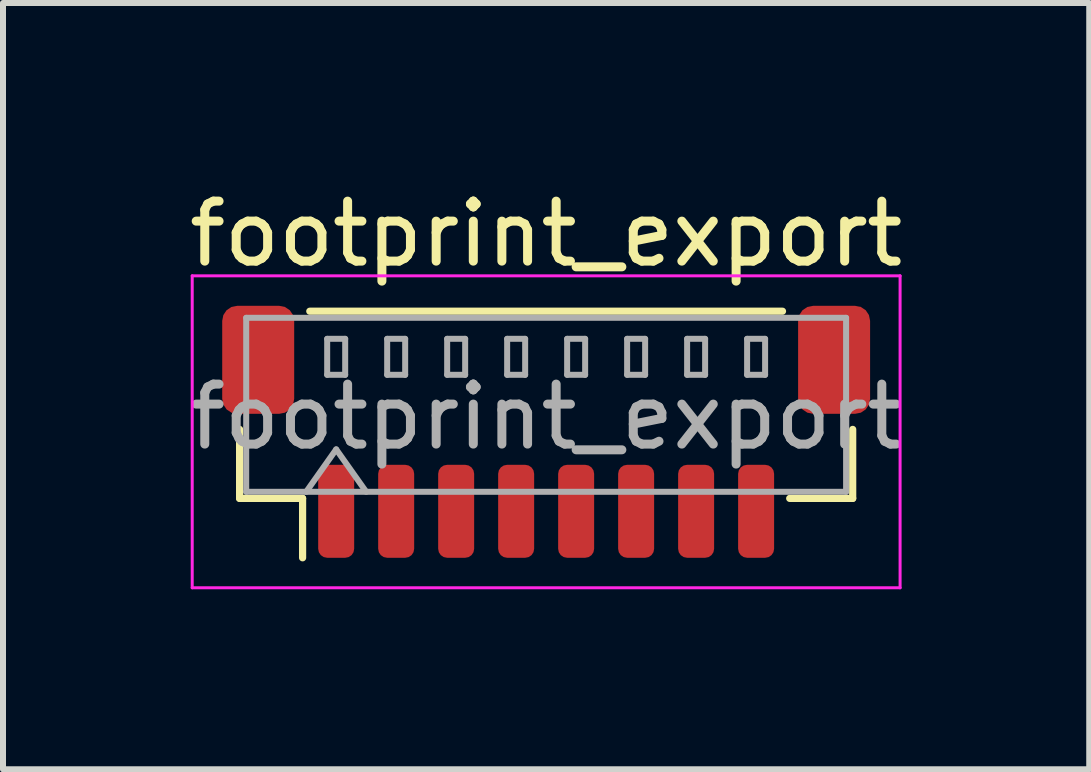
<source format=kicad_pcb>
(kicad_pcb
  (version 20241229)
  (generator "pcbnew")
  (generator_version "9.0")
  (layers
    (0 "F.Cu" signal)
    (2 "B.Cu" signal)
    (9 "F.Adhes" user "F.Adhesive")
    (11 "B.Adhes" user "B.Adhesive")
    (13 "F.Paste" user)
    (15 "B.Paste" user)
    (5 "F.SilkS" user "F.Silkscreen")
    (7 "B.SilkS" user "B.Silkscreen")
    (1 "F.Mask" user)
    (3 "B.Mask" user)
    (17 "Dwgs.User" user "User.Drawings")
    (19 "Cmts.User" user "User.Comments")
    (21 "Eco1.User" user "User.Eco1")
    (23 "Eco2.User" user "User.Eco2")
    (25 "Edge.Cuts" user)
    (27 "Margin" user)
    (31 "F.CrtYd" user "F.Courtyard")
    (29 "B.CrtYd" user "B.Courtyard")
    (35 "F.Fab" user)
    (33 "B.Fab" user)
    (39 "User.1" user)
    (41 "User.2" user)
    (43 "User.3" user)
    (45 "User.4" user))
  (footprint "footprint_export"
    (layer "F.Cu")
    (at 6.054 4.148)
    (property "Reference" "footprint_export" (at 0 -3.3 0) (layer "F.SilkS") (effects (font (size 1 1) (thickness 0.15))))
    (attr smd)
    (fp_line (start -5.11 -0.04) (end -5.11 1.11) (stroke (width 0.12) (type solid)) (layer "F.SilkS"))
    (fp_line (start -5.11 1.11) (end -4.06 1.11) (stroke (width 0.12) (type solid)) (layer "F.SilkS"))
    (fp_line (start -4.06 1.11) (end -4.06 2.1) (stroke (width 0.12) (type solid)) (layer "F.SilkS"))
    (fp_line (start -3.94 -2.01) (end 3.94 -2.01) (stroke (width 0.12) (type solid)) (layer "F.SilkS"))
    (fp_line (start 5.11 -0.04) (end 5.11 1.11) (stroke (width 0.12) (type solid)) (layer "F.SilkS"))
    (fp_line (start 5.11 1.11) (end 4.06 1.11) (stroke (width 0.12) (type solid)) (layer "F.SilkS"))
    (fp_line (start -5.9 -2.6) (end -5.9 2.6) (stroke (width 0.05) (type solid)) (layer "F.CrtYd"))
    (fp_line (start -5.9 2.6) (end 5.9 2.6) (stroke (width 0.05) (type solid)) (layer "F.CrtYd"))
    (fp_line (start 5.9 -2.6) (end -5.9 -2.6) (stroke (width 0.05) (type solid)) (layer "F.CrtYd"))
    (fp_line (start 5.9 2.6) (end 5.9 -2.6) (stroke (width 0.05) (type solid)) (layer "F.CrtYd"))
    (fp_line (start -5 -1.9) (end 5 -1.9) (stroke (width 0.1) (type solid)) (layer "F.Fab"))
    (fp_line (start -5 1) (end -5 -1.9) (stroke (width 0.1) (type solid)) (layer "F.Fab"))
    (fp_line (start -5 1) (end 5 1) (stroke (width 0.1) (type solid)) (layer "F.Fab"))
    (fp_line (start -4 1) (end -3.5 0.293) (stroke (width 0.1) (type solid)) (layer "F.Fab"))
    (fp_line (start -3.65 -1.55) (end -3.65 -0.95) (stroke (width 0.1) (type solid)) (layer "F.Fab"))
    (fp_line (start -3.65 -0.95) (end -3.35 -0.95) (stroke (width 0.1) (type solid)) (layer "F.Fab"))
    (fp_line (start -3.5 0.293) (end -3 1) (stroke (width 0.1) (type solid)) (layer "F.Fab"))
    (fp_line (start -3.35 -1.55) (end -3.65 -1.55) (stroke (width 0.1) (type solid)) (layer "F.Fab"))
    (fp_line (start -3.35 -0.95) (end -3.35 -1.55) (stroke (width 0.1) (type solid)) (layer "F.Fab"))
    (fp_line (start -2.65 -1.55) (end -2.65 -0.95) (stroke (width 0.1) (type solid)) (layer "F.Fab"))
    (fp_line (start -2.65 -0.95) (end -2.35 -0.95) (stroke (width 0.1) (type solid)) (layer "F.Fab"))
    (fp_line (start -2.35 -1.55) (end -2.65 -1.55) (stroke (width 0.1) (type solid)) (layer "F.Fab"))
    (fp_line (start -2.35 -0.95) (end -2.35 -1.55) (stroke (width 0.1) (type solid)) (layer "F.Fab"))
    (fp_line (start -1.65 -1.55) (end -1.65 -0.95) (stroke (width 0.1) (type solid)) (layer "F.Fab"))
    (fp_line (start -1.65 -0.95) (end -1.35 -0.95) (stroke (width 0.1) (type solid)) (layer "F.Fab"))
    (fp_line (start -1.35 -1.55) (end -1.65 -1.55) (stroke (width 0.1) (type solid)) (layer "F.Fab"))
    (fp_line (start -1.35 -0.95) (end -1.35 -1.55) (stroke (width 0.1) (type solid)) (layer "F.Fab"))
    (fp_line (start -0.65 -1.55) (end -0.65 -0.95) (stroke (width 0.1) (type solid)) (layer "F.Fab"))
    (fp_line (start -0.65 -0.95) (end -0.35 -0.95) (stroke (width 0.1) (type solid)) (layer "F.Fab"))
    (fp_line (start -0.35 -1.55) (end -0.65 -1.55) (stroke (width 0.1) (type solid)) (layer "F.Fab"))
    (fp_line (start -0.35 -0.95) (end -0.35 -1.55) (stroke (width 0.1) (type solid)) (layer "F.Fab"))
    (fp_line (start 0.35 -1.55) (end 0.35 -0.95) (stroke (width 0.1) (type solid)) (layer "F.Fab"))
    (fp_line (start 0.35 -0.95) (end 0.65 -0.95) (stroke (width 0.1) (type solid)) (layer "F.Fab"))
    (fp_line (start 0.65 -1.55) (end 0.35 -1.55) (stroke (width 0.1) (type solid)) (layer "F.Fab"))
    (fp_line (start 0.65 -0.95) (end 0.65 -1.55) (stroke (width 0.1) (type solid)) (layer "F.Fab"))
    (fp_line (start 1.35 -1.55) (end 1.35 -0.95) (stroke (width 0.1) (type solid)) (layer "F.Fab"))
    (fp_line (start 1.35 -0.95) (end 1.65 -0.95) (stroke (width 0.1) (type solid)) (layer "F.Fab"))
    (fp_line (start 1.65 -1.55) (end 1.35 -1.55) (stroke (width 0.1) (type solid)) (layer "F.Fab"))
    (fp_line (start 1.65 -0.95) (end 1.65 -1.55) (stroke (width 0.1) (type solid)) (layer "F.Fab"))
    (fp_line (start 2.35 -1.55) (end 2.35 -0.95) (stroke (width 0.1) (type solid)) (layer "F.Fab"))
    (fp_line (start 2.35 -0.95) (end 2.65 -0.95) (stroke (width 0.1) (type solid)) (layer "F.Fab"))
    (fp_line (start 2.65 -1.55) (end 2.35 -1.55) (stroke (width 0.1) (type solid)) (layer "F.Fab"))
    (fp_line (start 2.65 -0.95) (end 2.65 -1.55) (stroke (width 0.1) (type solid)) (layer "F.Fab"))
    (fp_line (start 3.35 -1.55) (end 3.35 -0.95) (stroke (width 0.1) (type solid)) (layer "F.Fab"))
    (fp_line (start 3.35 -0.95) (end 3.65 -0.95) (stroke (width 0.1) (type solid)) (layer "F.Fab"))
    (fp_line (start 3.65 -1.55) (end 3.35 -1.55) (stroke (width 0.1) (type solid)) (layer "F.Fab"))
    (fp_line (start 3.65 -0.95) (end 3.65 -1.55) (stroke (width 0.1) (type solid)) (layer "F.Fab"))
    (fp_line (start 5 1) (end 5 -1.9) (stroke (width 0.1) (type solid)) (layer "F.Fab"))
    (fp_text user "${REFERENCE}" (at 0 -0.25 0) (layer "F.Fab") (effects (font (size 1 1) (thickness 0.15))))
    (pad "1" smd roundrect (at -3.5 1.325) (size 0.6 1.55) (layers "F.Cu" "F.Mask" "F.Paste") (roundrect_rratio 0.25))
    (pad "2" smd roundrect (at -2.5 1.325) (size 0.6 1.55) (layers "F.Cu" "F.Mask" "F.Paste") (roundrect_rratio 0.25))
    (pad "3" smd roundrect (at -1.5 1.325) (size 0.6 1.55) (layers "F.Cu" "F.Mask" "F.Paste") (roundrect_rratio 0.25))
    (pad "4" smd roundrect (at -0.5 1.325) (size 0.6 1.55) (layers "F.Cu" "F.Mask" "F.Paste") (roundrect_rratio 0.25))
    (pad "5" smd roundrect (at 0.5 1.325) (size 0.6 1.55) (layers "F.Cu" "F.Mask" "F.Paste") (roundrect_rratio 0.25))
    (pad "6" smd roundrect (at 1.5 1.325) (size 0.6 1.55) (layers "F.Cu" "F.Mask" "F.Paste") (roundrect_rratio 0.25))
    (pad "7" smd roundrect (at 2.5 1.325) (size 0.6 1.55) (layers "F.Cu" "F.Mask" "F.Paste") (roundrect_rratio 0.25))
    (pad "8" smd roundrect (at 3.5 1.325) (size 0.6 1.55) (layers "F.Cu" "F.Mask" "F.Paste") (roundrect_rratio 0.25))
    (pad "MP" smd roundrect (at -4.8 -1.2) (size 1.2 1.8) (layers "F.Cu" "F.Mask" "F.Paste") (roundrect_rratio 0.208))
    (pad "MP" smd roundrect (at 4.8 -1.2) (size 1.2 1.8) (layers "F.Cu" "F.Mask" "F.Paste") (roundrect_rratio 0.208)))
  (gr_rect
    (start -3 -3)
    (end 15.107 9.773)
    (stroke (width 0.1) (type default))
    (fill no)
    (layer "Edge.Cuts")))
</source>
